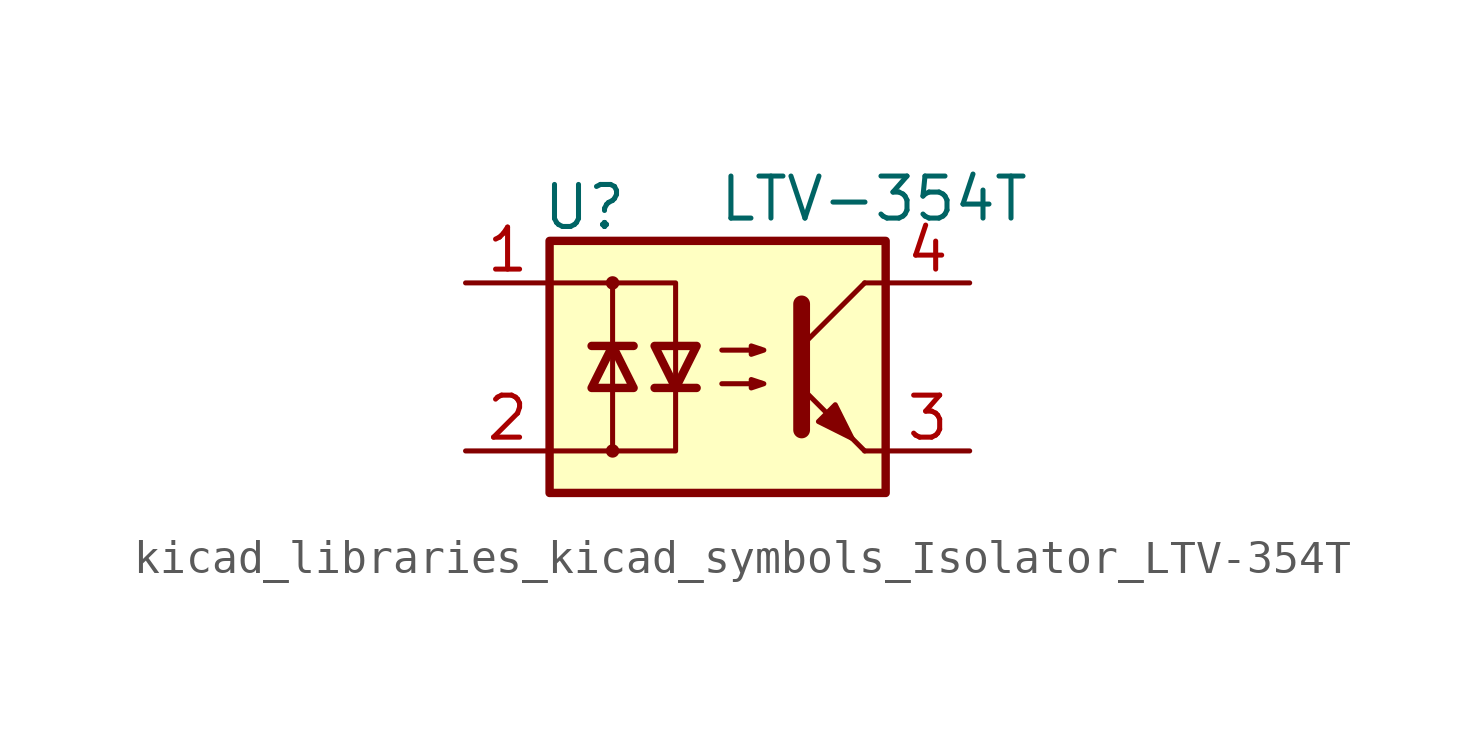
<source format=kicad_sym>
(kicad_symbol_lib
  (version 20220914)
  (generator kicad_symbol_editor)
  (symbol "kicad_libraries_kicad_symbols_Isolator_LTV-354T"
    (pin_names
      (offset 1.016))
    (property "Reference" "U"
      (at -5.334 4.826 0)
      (effects (font (size 1.27 1.27)) (justify left)))
    (property "Value" "LTV-354T"
      (at 0 5.08 0)
      (effects (font (size 1.27 1.27)) (justify left)))
    (symbol "kicad_libraries_kicad_symbols_Isolator_LTV-354T_0_1"
      (rectangle (start -5.08 3.81) (end 5.08 -3.81) (stroke (width 0.254) (type default)) (fill (type background)))
      (circle (center -3.175 -2.54) (radius 0.127) (stroke (width 0) (type default)) (fill (type none)))
      (circle (center -3.175 2.54) (radius 0.127) (stroke (width 0) (type default)) (fill (type none)))
      (polyline (pts (xy -3.81 0.635) (xy -2.54 0.635)) (stroke (width 0.254) (type default)) (fill (type none)))
      (polyline (pts (xy -3.175 -0.635) (xy -3.175 -2.54)) (stroke (width 0) (type default)) (fill (type none)))
      (polyline (pts (xy -3.175 -0.635) (xy -3.175 2.54)) (stroke (width 0) (type default)) (fill (type none)))
      (polyline (pts (xy -1.905 -0.635) (xy -0.635 -0.635)) (stroke (width 0.254) (type default)) (fill (type none)))
      (polyline (pts (xy 2.54 0.635) (xy 4.445 2.54)) (stroke (width 0) (type default)) (fill (type none)))
      (polyline (pts (xy 4.445 -2.54) (xy 2.54 -0.635)) (stroke (width 0) (type default)) (fill (type outline)))
      (polyline (pts (xy 4.445 -2.54) (xy 5.08 -2.54)) (stroke (width 0) (type default)) (fill (type none)))
      (polyline (pts (xy 4.445 2.54) (xy 5.08 2.54)) (stroke (width 0) (type default)) (fill (type none)))
      (polyline (pts (xy -5.08 2.54) (xy -1.27 2.54) (xy -1.27 -0.635)) (stroke (width 0) (type default)) (fill (type none)))
      (polyline (pts (xy -1.27 -0.635) (xy -1.27 -2.54) (xy -5.08 -2.54)) (stroke (width 0) (type default)) (fill (type none)))
      (polyline (pts (xy 2.54 1.905) (xy 2.54 -1.905) (xy 2.54 -1.905)) (stroke (width 0.508) (type default)) (fill (type none)))
      (polyline (pts (xy -3.175 0.635) (xy -3.81 -0.635) (xy -2.54 -0.635) (xy -3.175 0.635)) (stroke (width 0.254) (type default)) (fill (type none)))
      (polyline (pts (xy -1.27 -0.635) (xy -1.905 0.635) (xy -0.635 0.635) (xy -1.27 -0.635)) (stroke (width 0.254) (type default)) (fill (type none)))
      (polyline (pts (xy 0.127 -0.508) (xy 1.397 -0.508) (xy 1.016 -0.635) (xy 1.016 -0.381) (xy 1.397 -0.508)) (stroke (width 0) (type default)) (fill (type none)))
      (polyline (pts (xy 0.127 0.508) (xy 1.397 0.508) (xy 1.016 0.381) (xy 1.016 0.635) (xy 1.397 0.508)) (stroke (width 0) (type default)) (fill (type none)))
      (polyline (pts (xy 3.048 -1.651) (xy 3.556 -1.143) (xy 4.064 -2.159) (xy 3.048 -1.651) (xy 3.048 -1.651)) (stroke (width 0) (type default)) (fill (type outline))))
    (symbol "kicad_libraries_kicad_symbols_Isolator_LTV-354T_1_1"
      (pin passive line (at -7.62 2.54 0) (length 2.54) (name "~" (effects (font (size 1.27 1.27)))) (number "1" (effects (font (size 1.27 1.27)))))
      (pin passive line (at -7.62 -2.54 0) (length 2.54) (name "~" (effects (font (size 1.27 1.27)))) (number "2" (effects (font (size 1.27 1.27)))))
      (pin passive line (at 7.62 -2.54 180) (length 2.54) (name "~" (effects (font (size 1.27 1.27)))) (number "3" (effects (font (size 1.27 1.27)))))
      (pin passive line (at 7.62 2.54 180) (length 2.54) (name "~" (effects (font (size 1.27 1.27)))) (number "4" (effects (font (size 1.27 1.27))))))))
</source>
